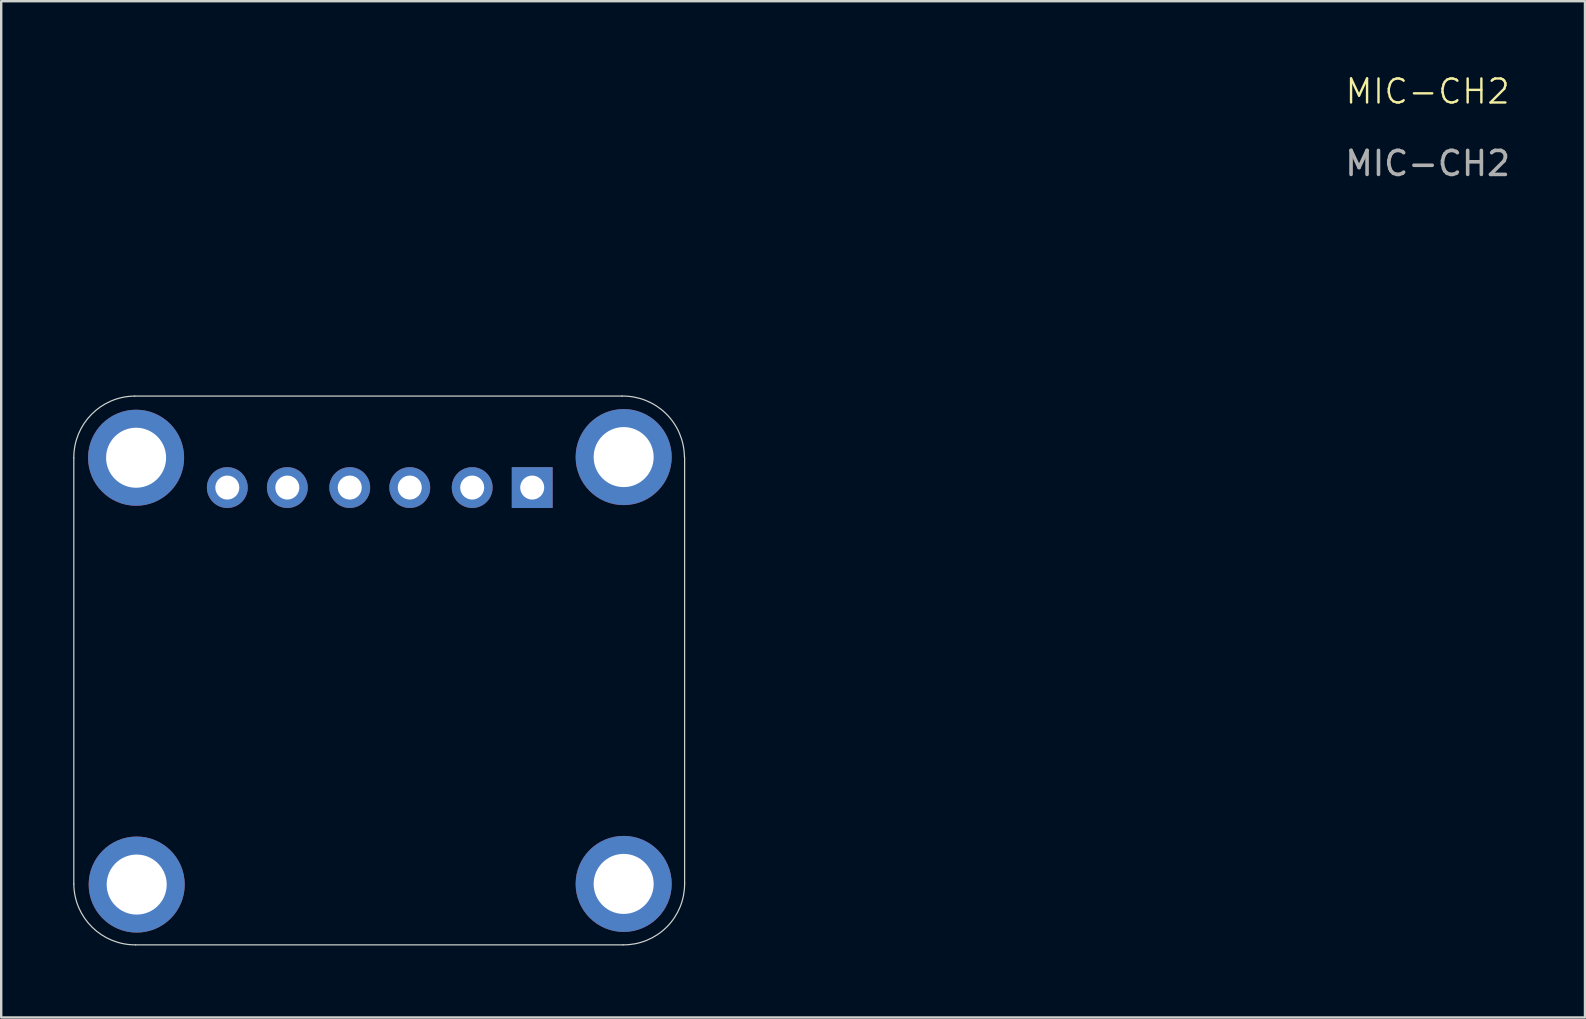
<source format=kicad_pcb>
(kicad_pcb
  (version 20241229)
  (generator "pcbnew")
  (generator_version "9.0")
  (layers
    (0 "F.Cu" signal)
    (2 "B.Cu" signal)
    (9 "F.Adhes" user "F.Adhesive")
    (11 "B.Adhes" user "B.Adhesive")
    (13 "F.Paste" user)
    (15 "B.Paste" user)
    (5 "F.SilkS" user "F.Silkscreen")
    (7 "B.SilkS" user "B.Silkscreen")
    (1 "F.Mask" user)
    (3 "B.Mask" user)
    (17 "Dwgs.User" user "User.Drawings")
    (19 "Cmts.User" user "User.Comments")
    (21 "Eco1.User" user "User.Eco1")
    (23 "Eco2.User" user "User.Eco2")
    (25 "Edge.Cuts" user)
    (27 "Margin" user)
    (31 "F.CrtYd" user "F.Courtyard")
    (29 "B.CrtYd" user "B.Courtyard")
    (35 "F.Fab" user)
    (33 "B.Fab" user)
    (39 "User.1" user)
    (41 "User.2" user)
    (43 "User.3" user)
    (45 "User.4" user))
  (footprint "MIC-CH2"
    (layer "F.Cu")
    (at 14.219 22.86)
    (property "Reference" "MIC-CH2" (at 42.2 -22.1 0) (unlocked yes) (layer "F.SilkS") (effects (font (size 1 1) (thickness 0.1))))
    (attr smd)
    (fp_line (start -14.194 10.909) (end -14.194 -6.835) (stroke (width 0.05) (type default)) (layer "Edge.Cuts"))
    (fp_line (start -11.654 -9.411) (end 8.644 -9.411) (stroke (width 0.05) (type default)) (layer "Edge.Cuts"))
    (fp_line (start 8.684 13.449) (end -11.618 13.449) (stroke (width 0.05) (type default)) (layer "Edge.Cuts"))
    (fp_line (start 11.249 10.884) (end 11.249 -6.871) (stroke (width 0.05) (type default)) (layer "Edge.Cuts"))
    (fp_arc (start -14.193979 -6.835116) (mid -13.457567 -8.649093) (end -11.654238 -9.411209) (stroke (width 0.05) (type default)) (layer "Edge.Cuts"))
    (fp_arc (start -11.618145 13.44853) (mid -13.432162 12.712158) (end -14.194238 10.908789) (stroke (width 0.05) (type default)) (layer "Edge.Cuts"))
    (fp_arc (start 8.6357 -9.411209) (mid 10.468 -8.68492) (end 11.240116 -6.871468) (stroke (width 0.05) (type default)) (layer "Edge.Cuts"))
    (fp_arc (start 11.24853 10.884114) (mid 10.505108 12.705108) (end 8.684114 13.44853) (stroke (width 0.05) (type default)) (layer "Edge.Cuts"))
    (fp_text user "${REFERENCE}" (at 42.2 -19.1 0) (unlocked yes) (layer "F.Fab") (effects (font (size 1 1) (thickness 0.15))))
    (pad "1" thru_hole circle (at -11.6 -6.843) (size 4 4) (drill 2.5) (layers "*.Cu" "*.Mask"))
    (pad "1" thru_hole circle (at -11.575 10.937) (size 4 4) (drill 2.5) (layers "*.Cu" "*.Mask"))
    (pad "1" thru_hole rect (at 4.9 -5.6 270) (size 1.7 1.7) (drill 1) (layers "*.Cu" "*.Mask"))
    (pad "1" thru_hole circle (at 8.71 10.91) (size 4 4) (drill 2.5) (layers "*.Cu" "*.Mask"))
    (pad "1" thru_hole circle (at 8.71 -6.87) (size 4 4) (drill 2.5) (layers "*.Cu" "*.Mask"))
    (pad "2" thru_hole oval (at 2.4 -5.6 270) (size 1.7 1.7) (drill 1) (layers "*.Cu" "*.Mask"))
    (pad "3" thru_hole oval (at -0.2 -5.6 270) (size 1.7 1.7) (drill 1) (layers "*.Cu" "*.Mask"))
    (pad "4" thru_hole oval (at -2.7 -5.6 270) (size 1.7 1.7) (drill 1) (layers "*.Cu" "*.Mask"))
    (pad "5" thru_hole oval (at -5.3 -5.6 270) (size 1.7 1.7) (drill 1) (layers "*.Cu" "*.Mask"))
    (pad "6" thru_hole oval (at -7.8 -5.6 270) (size 1.7 1.7) (drill 1) (layers "*.Cu" "*.Mask")))
  (gr_rect
    (start -3 -3)
    (end 62.973 39.334)
    (stroke (width 0.1) (type default))
    (fill no)
    (layer "Edge.Cuts")))
</source>
